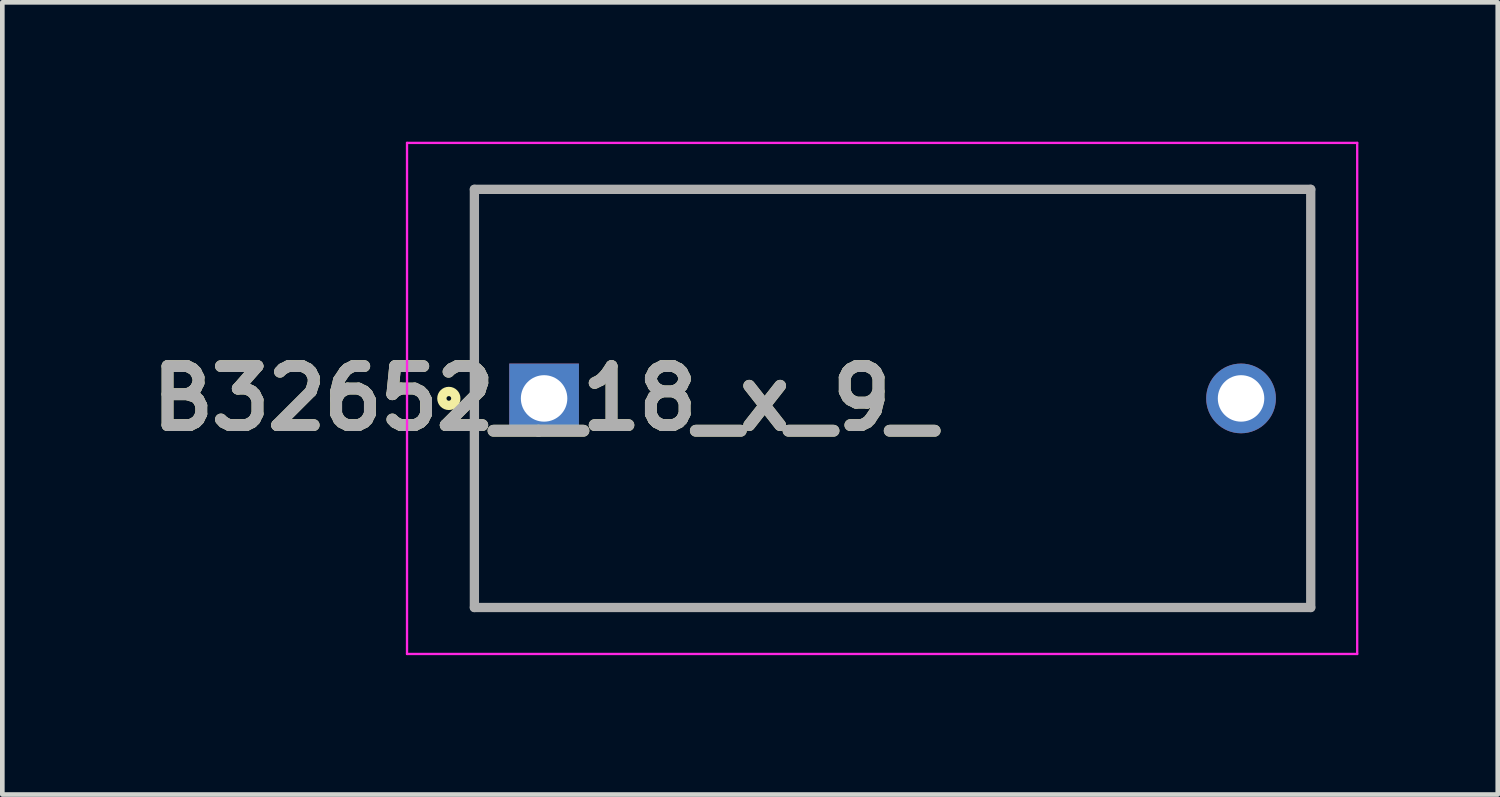
<source format=kicad_pcb>
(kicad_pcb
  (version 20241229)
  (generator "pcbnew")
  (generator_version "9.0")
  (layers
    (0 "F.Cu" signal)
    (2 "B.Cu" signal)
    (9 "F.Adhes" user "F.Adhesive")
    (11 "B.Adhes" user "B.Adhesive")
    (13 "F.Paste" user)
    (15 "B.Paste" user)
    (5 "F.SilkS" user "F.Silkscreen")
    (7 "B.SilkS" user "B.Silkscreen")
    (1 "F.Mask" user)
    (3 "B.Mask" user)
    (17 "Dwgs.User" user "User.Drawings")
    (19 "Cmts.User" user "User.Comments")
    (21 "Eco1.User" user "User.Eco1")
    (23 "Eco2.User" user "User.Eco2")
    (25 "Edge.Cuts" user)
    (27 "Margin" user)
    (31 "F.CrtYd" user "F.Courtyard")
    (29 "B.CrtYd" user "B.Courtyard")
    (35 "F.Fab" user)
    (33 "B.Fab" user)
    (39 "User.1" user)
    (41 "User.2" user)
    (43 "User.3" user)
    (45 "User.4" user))
  (footprint "B32652__18_x_9_"
    (layer "F.Cu")
    (at 8.66 5.525)
    (property "Reference" "B32652__18_x_9_" (at 0 0 0) (layer "F.SilkS") (effects (font (size 1.27 1.27) (thickness 0.254))))
    (attr through_hole)
    (fp_line (start -1.5 -4.5) (end 16.5 -4.5) (stroke (width 0.1) (type solid)) (layer "F.SilkS"))
    (fp_line (start -1.5 4.5) (end -1.5 -4.5) (stroke (width 0.1) (type solid)) (layer "F.SilkS"))
    (fp_line (start 16.5 -4.5) (end 16.5 4.5) (stroke (width 0.1) (type solid)) (layer "F.SilkS"))
    (fp_line (start 16.5 4.5) (end -1.5 4.5) (stroke (width 0.1) (type solid)) (layer "F.SilkS"))
    (fp_circle (center -2.05 0) (end -2.05 0.05) (stroke (width 0.2) (type solid)) (fill no) (layer "F.SilkS"))
    (fp_line (start -2.95 -5.5) (end 17.5 -5.5) (stroke (width 0.05) (type solid)) (layer "F.CrtYd"))
    (fp_line (start -2.95 5.5) (end -2.95 -5.5) (stroke (width 0.05) (type solid)) (layer "F.CrtYd"))
    (fp_line (start 17.5 -5.5) (end 17.5 5.5) (stroke (width 0.05) (type solid)) (layer "F.CrtYd"))
    (fp_line (start 17.5 5.5) (end -2.95 5.5) (stroke (width 0.05) (type solid)) (layer "F.CrtYd"))
    (fp_line (start -1.5 -4.5) (end 16.5 -4.5) (stroke (width 0.2) (type solid)) (layer "F.Fab"))
    (fp_line (start -1.5 4.5) (end -1.5 -4.5) (stroke (width 0.2) (type solid)) (layer "F.Fab"))
    (fp_line (start 16.5 -4.5) (end 16.5 4.5) (stroke (width 0.2) (type solid)) (layer "F.Fab"))
    (fp_line (start 16.5 4.5) (end -1.5 4.5) (stroke (width 0.2) (type solid)) (layer "F.Fab"))
    (fp_text user "${REFERENCE}" (at 0 0 0) (layer "F.Fab") (effects (font (size 1.27 1.27) (thickness 0.254))))
    (pad "1" thru_hole rect (at 0 0) (size 1.5 1.5) (drill 1) (layers "*.Cu" "*.Mask"))
    (pad "2" thru_hole circle (at 15 0) (size 1.5 1.5) (drill 1) (layers "*.Cu" "*.Mask")))
  (gr_rect
    (start -3 -3)
    (end 29.185 14.05)
    (stroke (width 0.1) (type default))
    (fill no)
    (layer "Edge.Cuts")))
</source>
